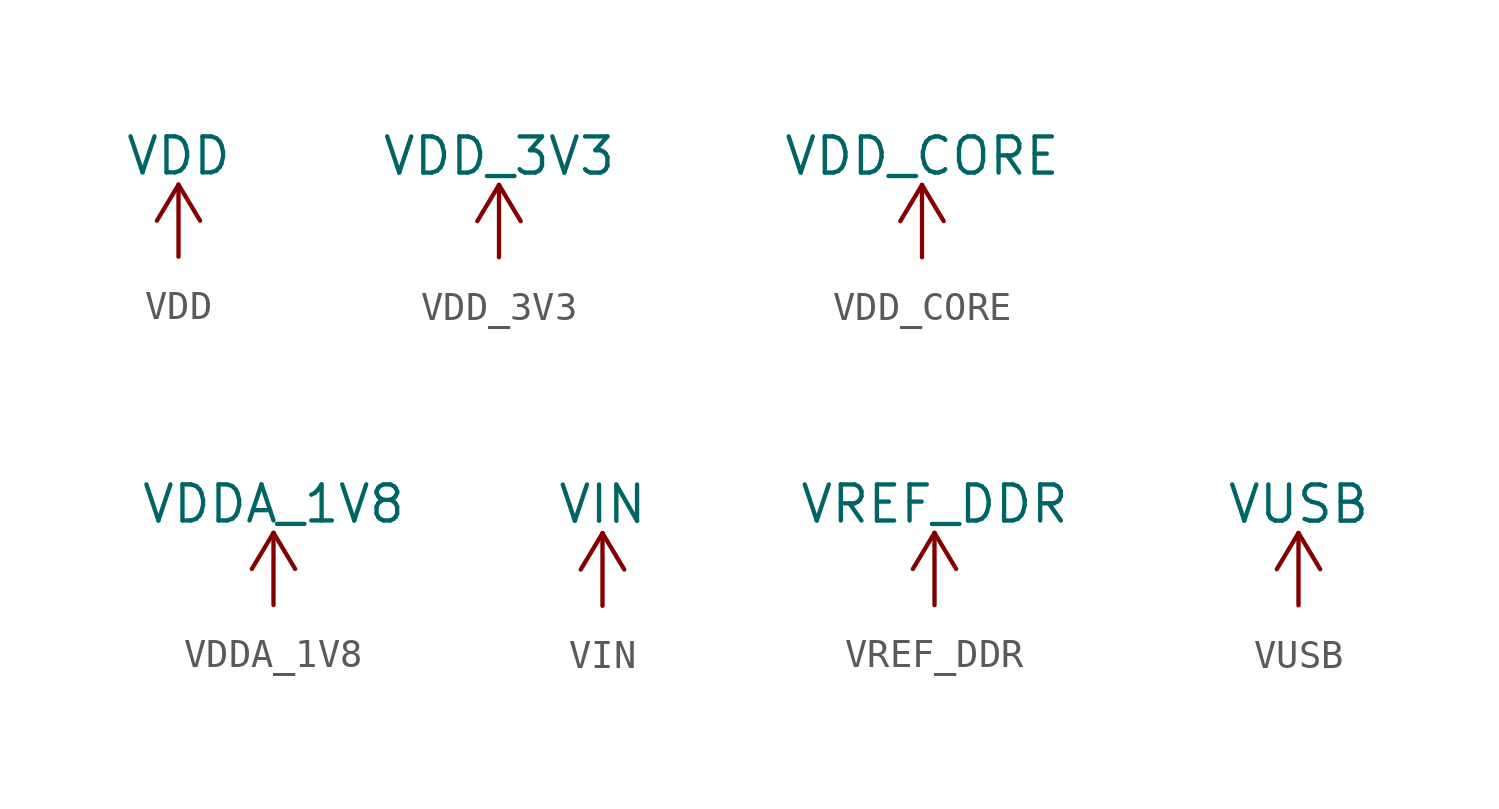
<source format=kicad_sym>
(kicad_symbol_lib
  (version 20220914)
  (generator kicad_symbol_editor)
  (symbol "VDD"
    (power)
    (pin_numbers hide)
    (pin_names hide)
    (property "Reference" "#PWR"
      (at -4.318 -1.016 0)
      (effects (font (size 1.27 1.27)) hide))
    (property "Value" "VDD"
      (at 0 3.556 0)
      (effects (font (size 1.27 1.27))))
    (symbol "VDD_0_1"
      (polyline (pts (xy -0.762 1.27) (xy 0 2.54)) (stroke (width 0) (type default)) (fill (type none)))
      (polyline (pts (xy 0 0) (xy 0 2.54)) (stroke (width 0) (type default)) (fill (type none)))
      (polyline (pts (xy 0 2.54) (xy 0.762 1.27)) (stroke (width 0) (type default)) (fill (type none))))
    (symbol "VDD_1_1"
      (pin power_in line (at 0 0 90) (length 0) hide (name "VDD" (effects (font (size 1.27 1.27)))) (number "1" (effects (font (size 1.27 1.27)))))))
  (symbol "VDD_3V3"
    (power)
    (pin_numbers hide)
    (pin_names hide)
    (property "Reference" "#PWR"
      (at -4.064 -1.016 0)
      (effects (font (size 1.27 1.27)) hide))
    (property "Value" "VDD_3V3"
      (at 0 3.556 0)
      (effects (font (size 1.27 1.27))))
    (symbol "VDD_3V3_0_1"
      (polyline (pts (xy -0.762 1.27) (xy 0 2.54)) (stroke (width 0) (type default)) (fill (type none)))
      (polyline (pts (xy 0 0) (xy 0 2.54)) (stroke (width 0) (type default)) (fill (type none)))
      (polyline (pts (xy 0 2.54) (xy 0.762 1.27)) (stroke (width 0) (type default)) (fill (type none))))
    (symbol "VDD_3V3_1_1"
      (pin power_in line (at 0 0 90) (length 0) hide (name "VDD_3V3" (effects (font (size 1.27 1.27)))) (number "1" (effects (font (size 1.27 1.27)))))))
  (symbol "VDD_CORE"
    (power)
    (pin_numbers hide)
    (pin_names hide)
    (property "Reference" "#PWR"
      (at -4.318 -1.016 0)
      (effects (font (size 1.27 1.27)) hide))
    (property "Value" "VDD_CORE"
      (at 0 3.556 0)
      (effects (font (size 1.27 1.27))))
    (symbol "VDD_CORE_0_1"
      (polyline (pts (xy -0.762 1.27) (xy 0 2.54)) (stroke (width 0) (type default)) (fill (type none)))
      (polyline (pts (xy 0 0) (xy 0 2.54)) (stroke (width 0) (type default)) (fill (type none)))
      (polyline (pts (xy 0 2.54) (xy 0.762 1.27)) (stroke (width 0) (type default)) (fill (type none))))
    (symbol "VDD_CORE_1_1"
      (pin power_in line (at 0 0 90) (length 0) hide (name "VDD_CORE" (effects (font (size 1.27 1.27)))) (number "1" (effects (font (size 1.27 1.27)))))))
  (symbol "VDDA_1V8"
    (power)
    (pin_numbers hide)
    (pin_names hide)
    (property "Reference" "#PWR"
      (at -4.318 -1.016 0)
      (effects (font (size 1.27 1.27)) hide))
    (property "Value" "VDDA_1V8"
      (at 0 3.556 0)
      (effects (font (size 1.27 1.27))))
    (symbol "VDDA_1V8_0_1"
      (polyline (pts (xy -0.762 1.27) (xy 0 2.54)) (stroke (width 0) (type default)) (fill (type none)))
      (polyline (pts (xy 0 0) (xy 0 2.54)) (stroke (width 0) (type default)) (fill (type none)))
      (polyline (pts (xy 0 2.54) (xy 0.762 1.27)) (stroke (width 0) (type default)) (fill (type none))))
    (symbol "VDDA_1V8_1_1"
      (pin power_in line (at 0 0 90) (length 0) hide (name "VDDA_1V8" (effects (font (size 1.27 1.27)))) (number "1" (effects (font (size 1.27 1.27)))))))
  (symbol "VIN"
    (power)
    (pin_numbers hide)
    (pin_names hide)
    (property "Reference" "#PWR"
      (at 0 -12.446 90)
      (effects (font (size 1.27 1.27)) hide))
    (property "Value" "VIN"
      (at 0 3.556 0)
      (effects (font (size 1.27 1.27))))
    (symbol "VIN_0_1"
      (polyline (pts (xy -0.762 1.27) (xy 0 2.54)) (stroke (width 0) (type default)) (fill (type none)))
      (polyline (pts (xy 0 0) (xy 0 2.54)) (stroke (width 0) (type default)) (fill (type none)))
      (polyline (pts (xy 0 2.54) (xy 0.762 1.27)) (stroke (width 0) (type default)) (fill (type none))))
    (symbol "VIN_1_1"
      (pin power_in line (at 0 0 90) (length 0) hide (name "VIN" (effects (font (size 1.27 1.27)))) (number "1" (effects (font (size 1.27 1.27)))))))
  (symbol "VREF_DDR"
    (power)
    (pin_numbers hide)
    (pin_names hide)
    (property "Reference" "#PWR"
      (at -4.064 -1.016 0)
      (effects (font (size 1.27 1.27)) hide))
    (property "Value" "VREF_DDR"
      (at 0 3.556 0)
      (effects (font (size 1.27 1.27))))
    (symbol "VREF_DDR_0_1"
      (polyline (pts (xy -0.762 1.27) (xy 0 2.54)) (stroke (width 0) (type default)) (fill (type none)))
      (polyline (pts (xy 0 0) (xy 0 2.54)) (stroke (width 0) (type default)) (fill (type none)))
      (polyline (pts (xy 0 2.54) (xy 0.762 1.27)) (stroke (width 0) (type default)) (fill (type none))))
    (symbol "VREF_DDR_1_1"
      (pin power_in line (at 0 0 90) (length 0) hide (name "VREF_DDR" (effects (font (size 1.27 1.27)))) (number "1" (effects (font (size 1.27 1.27)))))))
  (symbol "VUSB"
    (power)
    (pin_numbers hide)
    (pin_names hide)
    (property "Reference" "#PWR"
      (at 0 -12.446 90)
      (effects (font (size 1.27 1.27)) hide))
    (property "Value" "VUSB"
      (at 0 3.556 0)
      (effects (font (size 1.27 1.27))))
    (symbol "VUSB_0_1"
      (polyline (pts (xy -0.762 1.27) (xy 0 2.54)) (stroke (width 0) (type default)) (fill (type none)))
      (polyline (pts (xy 0 0) (xy 0 2.54)) (stroke (width 0) (type default)) (fill (type none)))
      (polyline (pts (xy 0 2.54) (xy 0.762 1.27)) (stroke (width 0) (type default)) (fill (type none))))
    (symbol "VUSB_1_1"
      (pin power_in line (at 0 0 90) (length 0) hide (name "VUSB" (effects (font (size 1.27 1.27)))) (number "1" (effects (font (size 1.27 1.27))))))))
</source>
